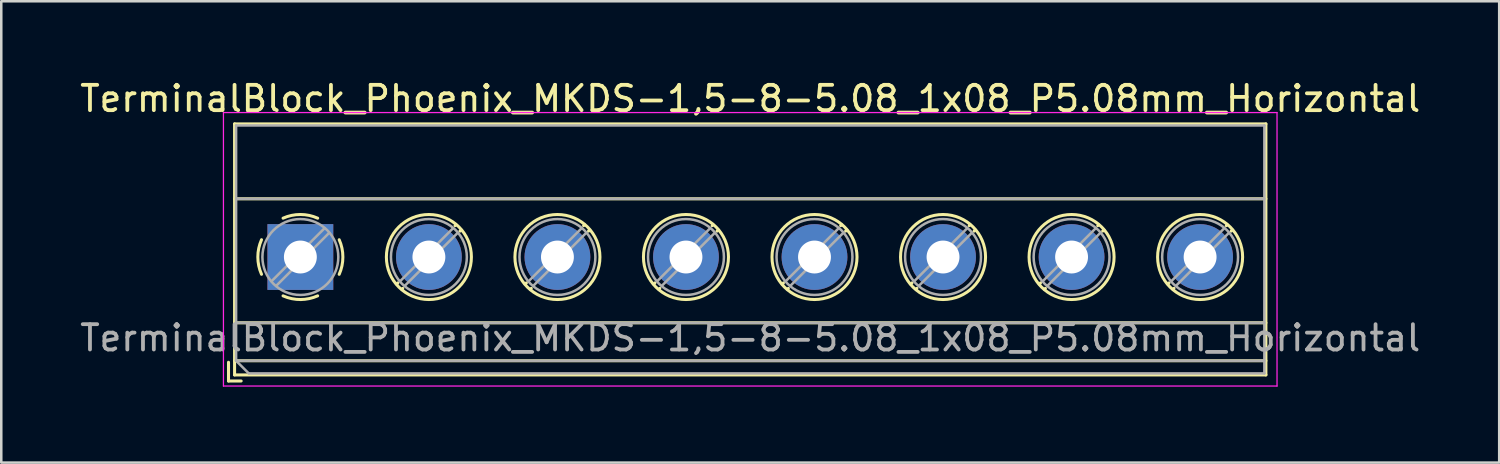
<source format=kicad_pcb>
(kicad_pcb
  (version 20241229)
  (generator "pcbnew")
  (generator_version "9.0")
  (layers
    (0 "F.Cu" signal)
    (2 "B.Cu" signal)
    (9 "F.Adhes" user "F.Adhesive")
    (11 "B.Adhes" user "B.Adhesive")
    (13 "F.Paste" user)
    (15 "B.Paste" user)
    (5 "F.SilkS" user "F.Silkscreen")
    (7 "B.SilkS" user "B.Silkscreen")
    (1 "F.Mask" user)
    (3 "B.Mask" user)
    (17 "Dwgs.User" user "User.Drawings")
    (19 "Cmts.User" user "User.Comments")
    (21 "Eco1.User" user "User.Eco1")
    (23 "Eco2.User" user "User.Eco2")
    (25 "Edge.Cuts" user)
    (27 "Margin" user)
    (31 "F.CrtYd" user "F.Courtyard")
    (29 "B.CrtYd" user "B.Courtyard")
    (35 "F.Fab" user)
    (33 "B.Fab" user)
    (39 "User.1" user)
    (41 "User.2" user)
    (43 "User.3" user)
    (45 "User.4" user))
  (footprint "TerminalBlock_Phoenix_MKDS-1,5-8-5.08_1x08_P5.08mm_Horizontal"
    (layer "F.Cu")
    (at 8.821 7.108)
    (property "Reference" "TerminalBlock_Phoenix_MKDS-1,5-8-5.08_1x08_P5.08mm_Horizontal" (at 17.78 -6.26 0) (layer "F.SilkS") (effects (font (size 1 1) (thickness 0.15))))
    (attr through_hole)
    (fp_line (start -2.84 4.16) (end -2.84 4.9) (stroke (width 0.12) (type solid)) (layer "F.SilkS"))
    (fp_line (start -2.84 4.9) (end -2.34 4.9) (stroke (width 0.12) (type solid)) (layer "F.SilkS"))
    (fp_line (start -2.6 -5.261) (end -2.6 4.66) (stroke (width 0.12) (type solid)) (layer "F.SilkS"))
    (fp_line (start -2.6 -5.261) (end 38.16 -5.261) (stroke (width 0.12) (type solid)) (layer "F.SilkS"))
    (fp_line (start -2.6 -2.301) (end 38.16 -2.301) (stroke (width 0.12) (type solid)) (layer "F.SilkS"))
    (fp_line (start -2.6 2.6) (end 38.16 2.6) (stroke (width 0.12) (type solid)) (layer "F.SilkS"))
    (fp_line (start -2.6 4.1) (end 38.16 4.1) (stroke (width 0.12) (type solid)) (layer "F.SilkS"))
    (fp_line (start -2.6 4.66) (end 38.16 4.66) (stroke (width 0.12) (type solid)) (layer "F.SilkS"))
    (fp_line (start 3.853 1.023) (end 3.806 1.069) (stroke (width 0.12) (type solid)) (layer "F.SilkS"))
    (fp_line (start 4.046 1.239) (end 4.011 1.274) (stroke (width 0.12) (type solid)) (layer "F.SilkS"))
    (fp_line (start 6.15 -1.275) (end 6.115 -1.239) (stroke (width 0.12) (type solid)) (layer "F.SilkS"))
    (fp_line (start 6.355 -1.069) (end 6.308 -1.023) (stroke (width 0.12) (type solid)) (layer "F.SilkS"))
    (fp_line (start 8.933 1.023) (end 8.886 1.069) (stroke (width 0.12) (type solid)) (layer "F.SilkS"))
    (fp_line (start 9.126 1.239) (end 9.091 1.274) (stroke (width 0.12) (type solid)) (layer "F.SilkS"))
    (fp_line (start 11.23 -1.275) (end 11.195 -1.239) (stroke (width 0.12) (type solid)) (layer "F.SilkS"))
    (fp_line (start 11.435 -1.069) (end 11.388 -1.023) (stroke (width 0.12) (type solid)) (layer "F.SilkS"))
    (fp_line (start 14.013 1.023) (end 13.966 1.069) (stroke (width 0.12) (type solid)) (layer "F.SilkS"))
    (fp_line (start 14.206 1.239) (end 14.171 1.274) (stroke (width 0.12) (type solid)) (layer "F.SilkS"))
    (fp_line (start 16.31 -1.275) (end 16.275 -1.239) (stroke (width 0.12) (type solid)) (layer "F.SilkS"))
    (fp_line (start 16.515 -1.069) (end 16.468 -1.023) (stroke (width 0.12) (type solid)) (layer "F.SilkS"))
    (fp_line (start 19.093 1.023) (end 19.046 1.069) (stroke (width 0.12) (type solid)) (layer "F.SilkS"))
    (fp_line (start 19.286 1.239) (end 19.251 1.274) (stroke (width 0.12) (type solid)) (layer "F.SilkS"))
    (fp_line (start 21.39 -1.275) (end 21.355 -1.239) (stroke (width 0.12) (type solid)) (layer "F.SilkS"))
    (fp_line (start 21.595 -1.069) (end 21.548 -1.023) (stroke (width 0.12) (type solid)) (layer "F.SilkS"))
    (fp_line (start 24.173 1.023) (end 24.126 1.069) (stroke (width 0.12) (type solid)) (layer "F.SilkS"))
    (fp_line (start 24.366 1.239) (end 24.331 1.274) (stroke (width 0.12) (type solid)) (layer "F.SilkS"))
    (fp_line (start 26.47 -1.275) (end 26.435 -1.239) (stroke (width 0.12) (type solid)) (layer "F.SilkS"))
    (fp_line (start 26.675 -1.069) (end 26.628 -1.023) (stroke (width 0.12) (type solid)) (layer "F.SilkS"))
    (fp_line (start 29.253 1.023) (end 29.206 1.069) (stroke (width 0.12) (type solid)) (layer "F.SilkS"))
    (fp_line (start 29.446 1.239) (end 29.411 1.274) (stroke (width 0.12) (type solid)) (layer "F.SilkS"))
    (fp_line (start 31.55 -1.275) (end 31.515 -1.239) (stroke (width 0.12) (type solid)) (layer "F.SilkS"))
    (fp_line (start 31.755 -1.069) (end 31.708 -1.023) (stroke (width 0.12) (type solid)) (layer "F.SilkS"))
    (fp_line (start 34.333 1.023) (end 34.286 1.069) (stroke (width 0.12) (type solid)) (layer "F.SilkS"))
    (fp_line (start 34.526 1.239) (end 34.491 1.274) (stroke (width 0.12) (type solid)) (layer "F.SilkS"))
    (fp_line (start 36.63 -1.275) (end 36.595 -1.239) (stroke (width 0.12) (type solid)) (layer "F.SilkS"))
    (fp_line (start 36.835 -1.069) (end 36.788 -1.023) (stroke (width 0.12) (type solid)) (layer "F.SilkS"))
    (fp_line (start 38.16 -5.261) (end 38.16 4.66) (stroke (width 0.12) (type solid)) (layer "F.SilkS"))
    (fp_arc (start -1.535427 0.683042) (mid -1.680501 -0.000524) (end -1.535 -0.684) (stroke (width 0.12) (type solid)) (layer "F.SilkS"))
    (fp_arc (start -0.683042 -1.535427) (mid 0.000524 -1.680501) (end 0.684 -1.535) (stroke (width 0.12) (type solid)) (layer "F.SilkS"))
    (fp_arc (start 0.028805 1.680253) (mid -0.335551 1.646659) (end -0.684 1.535) (stroke (width 0.12) (type solid)) (layer "F.SilkS"))
    (fp_arc (start 0.683318 1.534756) (mid 0.349292 1.643288) (end 0 1.68) (stroke (width 0.12) (type solid)) (layer "F.SilkS"))
    (fp_arc (start 1.535427 -0.683042) (mid 1.680501 0.000524) (end 1.535 0.684) (stroke (width 0.12) (type solid)) (layer "F.SilkS"))
    (fp_circle (center 5.08 0) (end 6.76 0) (stroke (width 0.12) (type solid)) (fill no) (layer "F.SilkS"))
    (fp_circle (center 10.16 0) (end 11.84 0) (stroke (width 0.12) (type solid)) (fill no) (layer "F.SilkS"))
    (fp_circle (center 15.24 0) (end 16.92 0) (stroke (width 0.12) (type solid)) (fill no) (layer "F.SilkS"))
    (fp_circle (center 20.32 0) (end 22 0) (stroke (width 0.12) (type solid)) (fill no) (layer "F.SilkS"))
    (fp_circle (center 25.4 0) (end 27.08 0) (stroke (width 0.12) (type solid)) (fill no) (layer "F.SilkS"))
    (fp_circle (center 30.48 0) (end 32.16 0) (stroke (width 0.12) (type solid)) (fill no) (layer "F.SilkS"))
    (fp_circle (center 35.56 0) (end 37.24 0) (stroke (width 0.12) (type solid)) (fill no) (layer "F.SilkS"))
    (fp_line (start -3.04 -5.71) (end -3.04 5.1) (stroke (width 0.05) (type solid)) (layer "F.CrtYd"))
    (fp_line (start -3.04 5.1) (end 38.6 5.1) (stroke (width 0.05) (type solid)) (layer "F.CrtYd"))
    (fp_line (start 38.6 -5.71) (end -3.04 -5.71) (stroke (width 0.05) (type solid)) (layer "F.CrtYd"))
    (fp_line (start 38.6 5.1) (end 38.6 -5.71) (stroke (width 0.05) (type solid)) (layer "F.CrtYd"))
    (fp_line (start -2.54 -5.2) (end 38.1 -5.2) (stroke (width 0.1) (type solid)) (layer "F.Fab"))
    (fp_line (start -2.54 -2.3) (end 38.1 -2.3) (stroke (width 0.1) (type solid)) (layer "F.Fab"))
    (fp_line (start -2.54 2.6) (end 38.1 2.6) (stroke (width 0.1) (type solid)) (layer "F.Fab"))
    (fp_line (start -2.54 4.1) (end -2.54 -5.2) (stroke (width 0.1) (type solid)) (layer "F.Fab"))
    (fp_line (start -2.54 4.1) (end 38.1 4.1) (stroke (width 0.1) (type solid)) (layer "F.Fab"))
    (fp_line (start -2.04 4.6) (end -2.54 4.1) (stroke (width 0.1) (type solid)) (layer "F.Fab"))
    (fp_line (start 0.955 -1.138) (end -1.138 0.955) (stroke (width 0.1) (type solid)) (layer "F.Fab"))
    (fp_line (start 1.138 -0.955) (end -0.955 1.138) (stroke (width 0.1) (type solid)) (layer "F.Fab"))
    (fp_line (start 6.035 -1.138) (end 3.943 0.955) (stroke (width 0.1) (type solid)) (layer "F.Fab"))
    (fp_line (start 6.218 -0.955) (end 4.126 1.138) (stroke (width 0.1) (type solid)) (layer "F.Fab"))
    (fp_line (start 11.115 -1.138) (end 9.023 0.955) (stroke (width 0.1) (type solid)) (layer "F.Fab"))
    (fp_line (start 11.298 -0.955) (end 9.206 1.138) (stroke (width 0.1) (type solid)) (layer "F.Fab"))
    (fp_line (start 16.195 -1.138) (end 14.103 0.955) (stroke (width 0.1) (type solid)) (layer "F.Fab"))
    (fp_line (start 16.378 -0.955) (end 14.286 1.138) (stroke (width 0.1) (type solid)) (layer "F.Fab"))
    (fp_line (start 21.275 -1.138) (end 19.183 0.955) (stroke (width 0.1) (type solid)) (layer "F.Fab"))
    (fp_line (start 21.458 -0.955) (end 19.366 1.138) (stroke (width 0.1) (type solid)) (layer "F.Fab"))
    (fp_line (start 26.355 -1.138) (end 24.263 0.955) (stroke (width 0.1) (type solid)) (layer "F.Fab"))
    (fp_line (start 26.538 -0.955) (end 24.446 1.138) (stroke (width 0.1) (type solid)) (layer "F.Fab"))
    (fp_line (start 31.435 -1.138) (end 29.343 0.955) (stroke (width 0.1) (type solid)) (layer "F.Fab"))
    (fp_line (start 31.618 -0.955) (end 29.526 1.138) (stroke (width 0.1) (type solid)) (layer "F.Fab"))
    (fp_line (start 36.515 -1.138) (end 34.423 0.955) (stroke (width 0.1) (type solid)) (layer "F.Fab"))
    (fp_line (start 36.698 -0.955) (end 34.606 1.138) (stroke (width 0.1) (type solid)) (layer "F.Fab"))
    (fp_line (start 38.1 -5.2) (end 38.1 4.6) (stroke (width 0.1) (type solid)) (layer "F.Fab"))
    (fp_line (start 38.1 4.6) (end -2.04 4.6) (stroke (width 0.1) (type solid)) (layer "F.Fab"))
    (fp_circle (center 0 0) (end 1.5 0) (stroke (width 0.1) (type solid)) (fill no) (layer "F.Fab"))
    (fp_circle (center 5.08 0) (end 6.58 0) (stroke (width 0.1) (type solid)) (fill no) (layer "F.Fab"))
    (fp_circle (center 10.16 0) (end 11.66 0) (stroke (width 0.1) (type solid)) (fill no) (layer "F.Fab"))
    (fp_circle (center 15.24 0) (end 16.74 0) (stroke (width 0.1) (type solid)) (fill no) (layer "F.Fab"))
    (fp_circle (center 20.32 0) (end 21.82 0) (stroke (width 0.1) (type solid)) (fill no) (layer "F.Fab"))
    (fp_circle (center 25.4 0) (end 26.9 0) (stroke (width 0.1) (type solid)) (fill no) (layer "F.Fab"))
    (fp_circle (center 30.48 0) (end 31.98 0) (stroke (width 0.1) (type solid)) (fill no) (layer "F.Fab"))
    (fp_circle (center 35.56 0) (end 37.06 0) (stroke (width 0.1) (type solid)) (fill no) (layer "F.Fab"))
    (fp_text user "${REFERENCE}" (at 17.78 3.2 0) (layer "F.Fab") (effects (font (size 1 1) (thickness 0.15))))
    (pad "1" thru_hole rect (at 0 0) (size 2.6 2.6) (drill 1.3) (layers "*.Cu" "*.Mask"))
    (pad "2" thru_hole circle (at 5.08 0) (size 2.6 2.6) (drill 1.3) (layers "*.Cu" "*.Mask"))
    (pad "3" thru_hole circle (at 10.16 0) (size 2.6 2.6) (drill 1.3) (layers "*.Cu" "*.Mask"))
    (pad "4" thru_hole circle (at 15.24 0) (size 2.6 2.6) (drill 1.3) (layers "*.Cu" "*.Mask"))
    (pad "5" thru_hole circle (at 20.32 0) (size 2.6 2.6) (drill 1.3) (layers "*.Cu" "*.Mask"))
    (pad "6" thru_hole circle (at 25.4 0) (size 2.6 2.6) (drill 1.3) (layers "*.Cu" "*.Mask"))
    (pad "7" thru_hole circle (at 30.48 0) (size 2.6 2.6) (drill 1.3) (layers "*.Cu" "*.Mask"))
    (pad "8" thru_hole circle (at 35.56 0) (size 2.6 2.6) (drill 1.3) (layers "*.Cu" "*.Mask")))
  (gr_rect
    (start -3 -3)
    (end 56.202 15.233)
    (stroke (width 0.1) (type default))
    (fill no)
    (layer "Edge.Cuts")))
</source>
